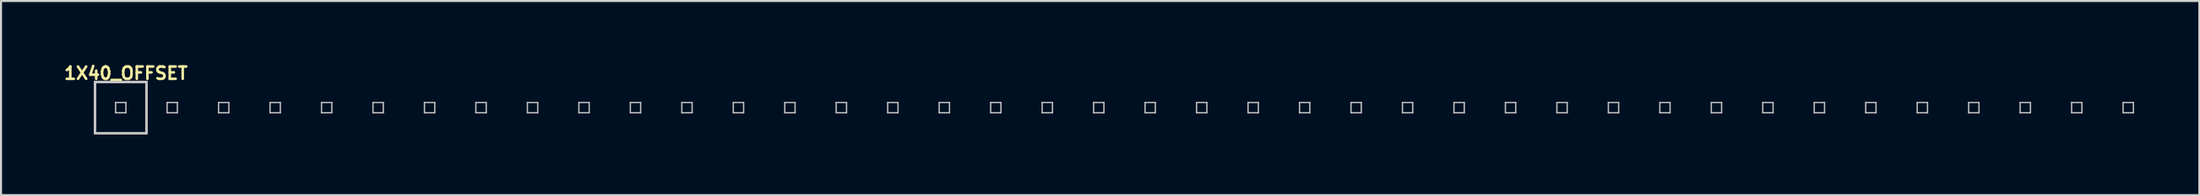
<source format=kicad_pcb>
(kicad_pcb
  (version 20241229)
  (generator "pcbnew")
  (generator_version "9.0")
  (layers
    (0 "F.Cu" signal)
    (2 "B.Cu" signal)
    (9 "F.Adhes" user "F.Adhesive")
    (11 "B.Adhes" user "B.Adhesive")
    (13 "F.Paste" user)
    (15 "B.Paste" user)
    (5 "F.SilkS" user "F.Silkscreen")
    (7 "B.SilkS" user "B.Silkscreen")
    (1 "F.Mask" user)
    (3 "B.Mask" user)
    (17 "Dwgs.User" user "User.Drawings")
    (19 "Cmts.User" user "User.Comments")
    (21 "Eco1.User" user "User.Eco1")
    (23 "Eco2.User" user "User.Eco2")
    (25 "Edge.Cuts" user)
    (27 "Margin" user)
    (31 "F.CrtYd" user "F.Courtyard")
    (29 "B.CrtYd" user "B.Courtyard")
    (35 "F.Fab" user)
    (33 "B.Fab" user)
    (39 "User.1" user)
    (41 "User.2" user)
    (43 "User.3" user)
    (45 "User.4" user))
  (footprint "1X40_OFFSET"
    (layer "F.Cu")
    (at 2.909 2.281)
    (property "Reference" "1X40_OFFSET" (at 0.254 -1.702 0) (layer "F.SilkS") (effects (font (size 0.61 0.61) (thickness 0.127))))
    (attr exclude_from_pos_files exclude_from_bom)
    (fp_line (start -1.27 -1.27) (end -1.27 1.27) (stroke (width 0.127) (type solid)) (layer "Dwgs.User"))
    (fp_line (start -1.27 1.27) (end 1.27 1.27) (stroke (width 0.127) (type solid)) (layer "Dwgs.User"))
    (fp_line (start -0.254 -0.254) (end 0.254 -0.254) (stroke (width 0.066) (type solid)) (layer "Dwgs.User"))
    (fp_line (start -0.254 0.254) (end -0.254 -0.254) (stroke (width 0.066) (type solid)) (layer "Dwgs.User"))
    (fp_line (start -0.254 0.254) (end 0.254 0.254) (stroke (width 0.066) (type solid)) (layer "Dwgs.User"))
    (fp_line (start 0.254 0.254) (end 0.254 -0.254) (stroke (width 0.066) (type solid)) (layer "Dwgs.User"))
    (fp_line (start 1.27 -1.27) (end -1.27 -1.27) (stroke (width 0.127) (type solid)) (layer "Dwgs.User"))
    (fp_line (start 1.27 1.27) (end 1.27 -1.27) (stroke (width 0.127) (type solid)) (layer "Dwgs.User"))
    (fp_line (start 2.286 -0.254) (end 2.794 -0.254) (stroke (width 0.066) (type solid)) (layer "Dwgs.User"))
    (fp_line (start 2.286 0.254) (end 2.286 -0.254) (stroke (width 0.066) (type solid)) (layer "Dwgs.User"))
    (fp_line (start 2.286 0.254) (end 2.794 0.254) (stroke (width 0.066) (type solid)) (layer "Dwgs.User"))
    (fp_line (start 2.794 0.254) (end 2.794 -0.254) (stroke (width 0.066) (type solid)) (layer "Dwgs.User"))
    (fp_line (start 4.826 -0.254) (end 5.334 -0.254) (stroke (width 0.066) (type solid)) (layer "Dwgs.User"))
    (fp_line (start 4.826 0.254) (end 4.826 -0.254) (stroke (width 0.066) (type solid)) (layer "Dwgs.User"))
    (fp_line (start 4.826 0.254) (end 5.334 0.254) (stroke (width 0.066) (type solid)) (layer "Dwgs.User"))
    (fp_line (start 5.334 0.254) (end 5.334 -0.254) (stroke (width 0.066) (type solid)) (layer "Dwgs.User"))
    (fp_line (start 7.366 -0.254) (end 7.874 -0.254) (stroke (width 0.066) (type solid)) (layer "Dwgs.User"))
    (fp_line (start 7.366 0.254) (end 7.366 -0.254) (stroke (width 0.066) (type solid)) (layer "Dwgs.User"))
    (fp_line (start 7.366 0.254) (end 7.874 0.254) (stroke (width 0.066) (type solid)) (layer "Dwgs.User"))
    (fp_line (start 7.874 0.254) (end 7.874 -0.254) (stroke (width 0.066) (type solid)) (layer "Dwgs.User"))
    (fp_line (start 9.906 -0.254) (end 10.414 -0.254) (stroke (width 0.066) (type solid)) (layer "Dwgs.User"))
    (fp_line (start 9.906 0.254) (end 9.906 -0.254) (stroke (width 0.066) (type solid)) (layer "Dwgs.User"))
    (fp_line (start 9.906 0.254) (end 10.414 0.254) (stroke (width 0.066) (type solid)) (layer "Dwgs.User"))
    (fp_line (start 10.414 0.254) (end 10.414 -0.254) (stroke (width 0.066) (type solid)) (layer "Dwgs.User"))
    (fp_line (start 12.446 -0.254) (end 12.954 -0.254) (stroke (width 0.066) (type solid)) (layer "Dwgs.User"))
    (fp_line (start 12.446 0.254) (end 12.446 -0.254) (stroke (width 0.066) (type solid)) (layer "Dwgs.User"))
    (fp_line (start 12.446 0.254) (end 12.954 0.254) (stroke (width 0.066) (type solid)) (layer "Dwgs.User"))
    (fp_line (start 12.954 0.254) (end 12.954 -0.254) (stroke (width 0.066) (type solid)) (layer "Dwgs.User"))
    (fp_line (start 14.986 -0.254) (end 15.494 -0.254) (stroke (width 0.066) (type solid)) (layer "Dwgs.User"))
    (fp_line (start 14.986 0.254) (end 14.986 -0.254) (stroke (width 0.066) (type solid)) (layer "Dwgs.User"))
    (fp_line (start 14.986 0.254) (end 15.494 0.254) (stroke (width 0.066) (type solid)) (layer "Dwgs.User"))
    (fp_line (start 15.494 0.254) (end 15.494 -0.254) (stroke (width 0.066) (type solid)) (layer "Dwgs.User"))
    (fp_line (start 17.523 -0.254) (end 18.034 -0.254) (stroke (width 0.066) (type solid)) (layer "Dwgs.User"))
    (fp_line (start 17.523 0.254) (end 17.523 -0.254) (stroke (width 0.066) (type solid)) (layer "Dwgs.User"))
    (fp_line (start 17.523 0.254) (end 18.034 0.254) (stroke (width 0.066) (type solid)) (layer "Dwgs.User"))
    (fp_line (start 18.034 0.254) (end 18.034 -0.254) (stroke (width 0.066) (type solid)) (layer "Dwgs.User"))
    (fp_line (start 20.066 -0.254) (end 20.574 -0.254) (stroke (width 0.066) (type solid)) (layer "Dwgs.User"))
    (fp_line (start 20.066 0.254) (end 20.066 -0.254) (stroke (width 0.066) (type solid)) (layer "Dwgs.User"))
    (fp_line (start 20.066 0.254) (end 20.574 0.254) (stroke (width 0.066) (type solid)) (layer "Dwgs.User"))
    (fp_line (start 20.574 0.254) (end 20.574 -0.254) (stroke (width 0.066) (type solid)) (layer "Dwgs.User"))
    (fp_line (start 22.606 -0.254) (end 23.114 -0.254) (stroke (width 0.066) (type solid)) (layer "Dwgs.User"))
    (fp_line (start 22.606 0.254) (end 22.606 -0.254) (stroke (width 0.066) (type solid)) (layer "Dwgs.User"))
    (fp_line (start 22.606 0.254) (end 23.114 0.254) (stroke (width 0.066) (type solid)) (layer "Dwgs.User"))
    (fp_line (start 23.114 0.254) (end 23.114 -0.254) (stroke (width 0.066) (type solid)) (layer "Dwgs.User"))
    (fp_line (start 25.146 -0.254) (end 25.654 -0.254) (stroke (width 0.066) (type solid)) (layer "Dwgs.User"))
    (fp_line (start 25.146 0.254) (end 25.146 -0.254) (stroke (width 0.066) (type solid)) (layer "Dwgs.User"))
    (fp_line (start 25.146 0.254) (end 25.654 0.254) (stroke (width 0.066) (type solid)) (layer "Dwgs.User"))
    (fp_line (start 25.654 0.254) (end 25.654 -0.254) (stroke (width 0.066) (type solid)) (layer "Dwgs.User"))
    (fp_line (start 27.686 -0.254) (end 28.194 -0.254) (stroke (width 0.066) (type solid)) (layer "Dwgs.User"))
    (fp_line (start 27.686 0.254) (end 27.686 -0.254) (stroke (width 0.066) (type solid)) (layer "Dwgs.User"))
    (fp_line (start 27.686 0.254) (end 28.194 0.254) (stroke (width 0.066) (type solid)) (layer "Dwgs.User"))
    (fp_line (start 28.194 0.254) (end 28.194 -0.254) (stroke (width 0.066) (type solid)) (layer "Dwgs.User"))
    (fp_line (start 30.226 -0.254) (end 30.734 -0.254) (stroke (width 0.066) (type solid)) (layer "Dwgs.User"))
    (fp_line (start 30.226 0.254) (end 30.226 -0.254) (stroke (width 0.066) (type solid)) (layer "Dwgs.User"))
    (fp_line (start 30.226 0.254) (end 30.734 0.254) (stroke (width 0.066) (type solid)) (layer "Dwgs.User"))
    (fp_line (start 30.734 0.254) (end 30.734 -0.254) (stroke (width 0.066) (type solid)) (layer "Dwgs.User"))
    (fp_line (start 32.766 -0.254) (end 33.274 -0.254) (stroke (width 0.066) (type solid)) (layer "Dwgs.User"))
    (fp_line (start 32.766 0.254) (end 32.766 -0.254) (stroke (width 0.066) (type solid)) (layer "Dwgs.User"))
    (fp_line (start 32.766 0.254) (end 33.274 0.254) (stroke (width 0.066) (type solid)) (layer "Dwgs.User"))
    (fp_line (start 33.274 0.254) (end 33.274 -0.254) (stroke (width 0.066) (type solid)) (layer "Dwgs.User"))
    (fp_line (start 35.303 -0.254) (end 35.814 -0.254) (stroke (width 0.066) (type solid)) (layer "Dwgs.User"))
    (fp_line (start 35.303 0.254) (end 35.303 -0.254) (stroke (width 0.066) (type solid)) (layer "Dwgs.User"))
    (fp_line (start 35.303 0.254) (end 35.814 0.254) (stroke (width 0.066) (type solid)) (layer "Dwgs.User"))
    (fp_line (start 35.814 0.254) (end 35.814 -0.254) (stroke (width 0.066) (type solid)) (layer "Dwgs.User"))
    (fp_line (start 37.846 -0.254) (end 38.354 -0.254) (stroke (width 0.066) (type solid)) (layer "Dwgs.User"))
    (fp_line (start 37.846 0.254) (end 37.846 -0.254) (stroke (width 0.066) (type solid)) (layer "Dwgs.User"))
    (fp_line (start 37.846 0.254) (end 38.354 0.254) (stroke (width 0.066) (type solid)) (layer "Dwgs.User"))
    (fp_line (start 38.354 0.254) (end 38.354 -0.254) (stroke (width 0.066) (type solid)) (layer "Dwgs.User"))
    (fp_line (start 40.386 -0.254) (end 40.894 -0.254) (stroke (width 0.066) (type solid)) (layer "Dwgs.User"))
    (fp_line (start 40.386 0.254) (end 40.386 -0.254) (stroke (width 0.066) (type solid)) (layer "Dwgs.User"))
    (fp_line (start 40.386 0.254) (end 40.894 0.254) (stroke (width 0.066) (type solid)) (layer "Dwgs.User"))
    (fp_line (start 40.894 0.254) (end 40.894 -0.254) (stroke (width 0.066) (type solid)) (layer "Dwgs.User"))
    (fp_line (start 42.926 -0.254) (end 43.434 -0.254) (stroke (width 0.066) (type solid)) (layer "Dwgs.User"))
    (fp_line (start 42.926 0.254) (end 42.926 -0.254) (stroke (width 0.066) (type solid)) (layer "Dwgs.User"))
    (fp_line (start 42.926 0.254) (end 43.434 0.254) (stroke (width 0.066) (type solid)) (layer "Dwgs.User"))
    (fp_line (start 43.434 0.254) (end 43.434 -0.254) (stroke (width 0.066) (type solid)) (layer "Dwgs.User"))
    (fp_line (start 45.466 -0.254) (end 45.974 -0.254) (stroke (width 0.066) (type solid)) (layer "Dwgs.User"))
    (fp_line (start 45.466 0.254) (end 45.466 -0.254) (stroke (width 0.066) (type solid)) (layer "Dwgs.User"))
    (fp_line (start 45.466 0.254) (end 45.974 0.254) (stroke (width 0.066) (type solid)) (layer "Dwgs.User"))
    (fp_line (start 45.974 0.254) (end 45.974 -0.254) (stroke (width 0.066) (type solid)) (layer "Dwgs.User"))
    (fp_line (start 48.006 -0.254) (end 48.514 -0.254) (stroke (width 0.066) (type solid)) (layer "Dwgs.User"))
    (fp_line (start 48.006 0.254) (end 48.006 -0.254) (stroke (width 0.066) (type solid)) (layer "Dwgs.User"))
    (fp_line (start 48.006 0.254) (end 48.514 0.254) (stroke (width 0.066) (type solid)) (layer "Dwgs.User"))
    (fp_line (start 48.514 0.254) (end 48.514 -0.254) (stroke (width 0.066) (type solid)) (layer "Dwgs.User"))
    (fp_line (start 50.546 -0.254) (end 51.051 -0.254) (stroke (width 0.066) (type solid)) (layer "Dwgs.User"))
    (fp_line (start 50.546 0.254) (end 50.546 -0.254) (stroke (width 0.066) (type solid)) (layer "Dwgs.User"))
    (fp_line (start 50.546 0.254) (end 51.051 0.254) (stroke (width 0.066) (type solid)) (layer "Dwgs.User"))
    (fp_line (start 51.051 0.254) (end 51.051 -0.254) (stroke (width 0.066) (type solid)) (layer "Dwgs.User"))
    (fp_line (start 53.086 -0.254) (end 53.594 -0.254) (stroke (width 0.066) (type solid)) (layer "Dwgs.User"))
    (fp_line (start 53.086 0.254) (end 53.086 -0.254) (stroke (width 0.066) (type solid)) (layer "Dwgs.User"))
    (fp_line (start 53.086 0.254) (end 53.594 0.254) (stroke (width 0.066) (type solid)) (layer "Dwgs.User"))
    (fp_line (start 53.594 0.254) (end 53.594 -0.254) (stroke (width 0.066) (type solid)) (layer "Dwgs.User"))
    (fp_line (start 55.626 -0.254) (end 56.134 -0.254) (stroke (width 0.066) (type solid)) (layer "Dwgs.User"))
    (fp_line (start 55.626 0.254) (end 55.626 -0.254) (stroke (width 0.066) (type solid)) (layer "Dwgs.User"))
    (fp_line (start 55.626 0.254) (end 56.134 0.254) (stroke (width 0.066) (type solid)) (layer "Dwgs.User"))
    (fp_line (start 56.134 0.254) (end 56.134 -0.254) (stroke (width 0.066) (type solid)) (layer "Dwgs.User"))
    (fp_line (start 58.166 -0.254) (end 58.674 -0.254) (stroke (width 0.066) (type solid)) (layer "Dwgs.User"))
    (fp_line (start 58.166 0.254) (end 58.166 -0.254) (stroke (width 0.066) (type solid)) (layer "Dwgs.User"))
    (fp_line (start 58.166 0.254) (end 58.674 0.254) (stroke (width 0.066) (type solid)) (layer "Dwgs.User"))
    (fp_line (start 58.674 0.254) (end 58.674 -0.254) (stroke (width 0.066) (type solid)) (layer "Dwgs.User"))
    (fp_line (start 60.706 -0.254) (end 61.214 -0.254) (stroke (width 0.066) (type solid)) (layer "Dwgs.User"))
    (fp_line (start 60.706 0.254) (end 60.706 -0.254) (stroke (width 0.066) (type solid)) (layer "Dwgs.User"))
    (fp_line (start 60.706 0.254) (end 61.214 0.254) (stroke (width 0.066) (type solid)) (layer "Dwgs.User"))
    (fp_line (start 61.214 0.254) (end 61.214 -0.254) (stroke (width 0.066) (type solid)) (layer "Dwgs.User"))
    (fp_line (start 63.246 -0.254) (end 63.751 -0.254) (stroke (width 0.066) (type solid)) (layer "Dwgs.User"))
    (fp_line (start 63.246 0.254) (end 63.246 -0.254) (stroke (width 0.066) (type solid)) (layer "Dwgs.User"))
    (fp_line (start 63.246 0.254) (end 63.751 0.254) (stroke (width 0.066) (type solid)) (layer "Dwgs.User"))
    (fp_line (start 63.751 0.254) (end 63.751 -0.254) (stroke (width 0.066) (type solid)) (layer "Dwgs.User"))
    (fp_line (start 65.786 -0.254) (end 66.294 -0.254) (stroke (width 0.066) (type solid)) (layer "Dwgs.User"))
    (fp_line (start 65.786 0.254) (end 65.786 -0.254) (stroke (width 0.066) (type solid)) (layer "Dwgs.User"))
    (fp_line (start 65.786 0.254) (end 66.294 0.254) (stroke (width 0.066) (type solid)) (layer "Dwgs.User"))
    (fp_line (start 66.294 0.254) (end 66.294 -0.254) (stroke (width 0.066) (type solid)) (layer "Dwgs.User"))
    (fp_line (start 68.326 -0.254) (end 68.834 -0.254) (stroke (width 0.066) (type solid)) (layer "Dwgs.User"))
    (fp_line (start 68.326 0.254) (end 68.326 -0.254) (stroke (width 0.066) (type solid)) (layer "Dwgs.User"))
    (fp_line (start 68.326 0.254) (end 68.834 0.254) (stroke (width 0.066) (type solid)) (layer "Dwgs.User"))
    (fp_line (start 68.834 0.254) (end 68.834 -0.254) (stroke (width 0.066) (type solid)) (layer "Dwgs.User"))
    (fp_line (start 70.866 -0.254) (end 71.374 -0.254) (stroke (width 0.066) (type solid)) (layer "Dwgs.User"))
    (fp_line (start 70.866 0.254) (end 70.866 -0.254) (stroke (width 0.066) (type solid)) (layer "Dwgs.User"))
    (fp_line (start 70.866 0.254) (end 71.374 0.254) (stroke (width 0.066) (type solid)) (layer "Dwgs.User"))
    (fp_line (start 71.374 0.254) (end 71.374 -0.254) (stroke (width 0.066) (type solid)) (layer "Dwgs.User"))
    (fp_line (start 73.406 -0.254) (end 73.914 -0.254) (stroke (width 0.066) (type solid)) (layer "Dwgs.User"))
    (fp_line (start 73.406 0.254) (end 73.406 -0.254) (stroke (width 0.066) (type solid)) (layer "Dwgs.User"))
    (fp_line (start 73.406 0.254) (end 73.914 0.254) (stroke (width 0.066) (type solid)) (layer "Dwgs.User"))
    (fp_line (start 73.914 0.254) (end 73.914 -0.254) (stroke (width 0.066) (type solid)) (layer "Dwgs.User"))
    (fp_line (start 75.946 -0.254) (end 76.451 -0.254) (stroke (width 0.066) (type solid)) (layer "Dwgs.User"))
    (fp_line (start 75.946 0.254) (end 75.946 -0.254) (stroke (width 0.066) (type solid)) (layer "Dwgs.User"))
    (fp_line (start 75.946 0.254) (end 76.451 0.254) (stroke (width 0.066) (type solid)) (layer "Dwgs.User"))
    (fp_line (start 76.451 0.254) (end 76.451 -0.254) (stroke (width 0.066) (type solid)) (layer "Dwgs.User"))
    (fp_line (start 78.486 -0.254) (end 78.994 -0.254) (stroke (width 0.066) (type solid)) (layer "Dwgs.User"))
    (fp_line (start 78.486 0.254) (end 78.486 -0.254) (stroke (width 0.066) (type solid)) (layer "Dwgs.User"))
    (fp_line (start 78.486 0.254) (end 78.994 0.254) (stroke (width 0.066) (type solid)) (layer "Dwgs.User"))
    (fp_line (start 78.994 0.254) (end 78.994 -0.254) (stroke (width 0.066) (type solid)) (layer "Dwgs.User"))
    (fp_line (start 81.026 -0.254) (end 81.534 -0.254) (stroke (width 0.066) (type solid)) (layer "Dwgs.User"))
    (fp_line (start 81.026 0.254) (end 81.026 -0.254) (stroke (width 0.066) (type solid)) (layer "Dwgs.User"))
    (fp_line (start 81.026 0.254) (end 81.534 0.254) (stroke (width 0.066) (type solid)) (layer "Dwgs.User"))
    (fp_line (start 81.534 0.254) (end 81.534 -0.254) (stroke (width 0.066) (type solid)) (layer "Dwgs.User"))
    (fp_line (start 83.566 -0.254) (end 84.074 -0.254) (stroke (width 0.066) (type solid)) (layer "Dwgs.User"))
    (fp_line (start 83.566 0.254) (end 83.566 -0.254) (stroke (width 0.066) (type solid)) (layer "Dwgs.User"))
    (fp_line (start 83.566 0.254) (end 84.074 0.254) (stroke (width 0.066) (type solid)) (layer "Dwgs.User"))
    (fp_line (start 84.074 0.254) (end 84.074 -0.254) (stroke (width 0.066) (type solid)) (layer "Dwgs.User"))
    (fp_line (start 86.106 -0.254) (end 86.614 -0.254) (stroke (width 0.066) (type solid)) (layer "Dwgs.User"))
    (fp_line (start 86.106 0.254) (end 86.106 -0.254) (stroke (width 0.066) (type solid)) (layer "Dwgs.User"))
    (fp_line (start 86.106 0.254) (end 86.614 0.254) (stroke (width 0.066) (type solid)) (layer "Dwgs.User"))
    (fp_line (start 86.614 0.254) (end 86.614 -0.254) (stroke (width 0.066) (type solid)) (layer "Dwgs.User"))
    (fp_line (start 88.646 -0.254) (end 89.154 -0.254) (stroke (width 0.066) (type solid)) (layer "Dwgs.User"))
    (fp_line (start 88.646 0.254) (end 88.646 -0.254) (stroke (width 0.066) (type solid)) (layer "Dwgs.User"))
    (fp_line (start 88.646 0.254) (end 89.154 0.254) (stroke (width 0.066) (type solid)) (layer "Dwgs.User"))
    (fp_line (start 89.154 0.254) (end 89.154 -0.254) (stroke (width 0.066) (type solid)) (layer "Dwgs.User"))
    (fp_line (start 91.186 -0.254) (end 91.694 -0.254) (stroke (width 0.066) (type solid)) (layer "Dwgs.User"))
    (fp_line (start 91.186 0.254) (end 91.186 -0.254) (stroke (width 0.066) (type solid)) (layer "Dwgs.User"))
    (fp_line (start 91.186 0.254) (end 91.694 0.254) (stroke (width 0.066) (type solid)) (layer "Dwgs.User"))
    (fp_line (start 91.694 0.254) (end 91.694 -0.254) (stroke (width 0.066) (type solid)) (layer "Dwgs.User"))
    (fp_line (start 93.726 -0.254) (end 94.234 -0.254) (stroke (width 0.066) (type solid)) (layer "Dwgs.User"))
    (fp_line (start 93.726 0.254) (end 93.726 -0.254) (stroke (width 0.066) (type solid)) (layer "Dwgs.User"))
    (fp_line (start 93.726 0.254) (end 94.234 0.254) (stroke (width 0.066) (type solid)) (layer "Dwgs.User"))
    (fp_line (start 94.234 0.254) (end 94.234 -0.254) (stroke (width 0.066) (type solid)) (layer "Dwgs.User"))
    (fp_line (start 96.266 -0.254) (end 96.774 -0.254) (stroke (width 0.066) (type solid)) (layer "Dwgs.User"))
    (fp_line (start 96.266 0.254) (end 96.266 -0.254) (stroke (width 0.066) (type solid)) (layer "Dwgs.User"))
    (fp_line (start 96.266 0.254) (end 96.774 0.254) (stroke (width 0.066) (type solid)) (layer "Dwgs.User"))
    (fp_line (start 96.774 0.254) (end 96.774 -0.254) (stroke (width 0.066) (type solid)) (layer "Dwgs.User"))
    (fp_line (start 98.806 -0.254) (end 99.314 -0.254) (stroke (width 0.066) (type solid)) (layer "Dwgs.User"))
    (fp_line (start 98.806 0.254) (end 98.806 -0.254) (stroke (width 0.066) (type solid)) (layer "Dwgs.User"))
    (fp_line (start 98.806 0.254) (end 99.314 0.254) (stroke (width 0.066) (type solid)) (layer "Dwgs.User"))
    (fp_line (start 99.314 0.254) (end 99.314 -0.254) (stroke (width 0.066) (type solid)) (layer "Dwgs.User"))
    (pad "1" thru_hole rect (at 0 0) (size 0.001 0.001) (drill 1.016) (layers "*.Cu" "*.Paste" "*.Mask"))
    (pad "2" thru_hole rect (at 2.54 0) (size 0.001 0.001) (drill 1.016) (layers "*.Cu" "*.Paste" "*.Mask"))
    (pad "3" thru_hole rect (at 5.08 0) (size 0.001 0.001) (drill 1.016) (layers "*.Cu" "*.Paste" "*.Mask"))
    (pad "4" thru_hole rect (at 7.62 0) (size 0.001 0.001) (drill 1.016) (layers "*.Cu" "*.Paste" "*.Mask"))
    (pad "5" thru_hole rect (at 10.16 0) (size 0.001 0.001) (drill 1.016) (layers "*.Cu" "*.Paste" "*.Mask"))
    (pad "6" thru_hole rect (at 12.7 0) (size 0.001 0.001) (drill 1.016) (layers "*.Cu" "*.Paste" "*.Mask"))
    (pad "7" thru_hole rect (at 15.24 0) (size 0.001 0.001) (drill 1.016) (layers "*.Cu" "*.Paste" "*.Mask"))
    (pad "8" thru_hole rect (at 17.78 0) (size 0.001 0.001) (drill 1.016) (layers "*.Cu" "*.Paste" "*.Mask"))
    (pad "9" thru_hole rect (at 20.32 0) (size 0.001 0.001) (drill 1.016) (layers "*.Cu" "*.Paste" "*.Mask"))
    (pad "10" thru_hole rect (at 22.86 0) (size 0.001 0.001) (drill 1.016) (layers "*.Cu" "*.Paste" "*.Mask"))
    (pad "11" thru_hole rect (at 25.4 0) (size 0.001 0.001) (drill 1.016) (layers "*.Cu" "*.Paste" "*.Mask"))
    (pad "12" thru_hole rect (at 27.94 0) (size 0.001 0.001) (drill 1.016) (layers "*.Cu" "*.Paste" "*.Mask"))
    (pad "13" thru_hole rect (at 30.48 0) (size 0.001 0.001) (drill 1.016) (layers "*.Cu" "*.Paste" "*.Mask"))
    (pad "14" thru_hole rect (at 33.02 0) (size 0.001 0.001) (drill 1.016) (layers "*.Cu" "*.Paste" "*.Mask"))
    (pad "15" thru_hole rect (at 35.56 0) (size 0.001 0.001) (drill 1.016) (layers "*.Cu" "*.Paste" "*.Mask"))
    (pad "16" thru_hole rect (at 38.1 0) (size 0.001 0.001) (drill 1.016) (layers "*.Cu" "*.Paste" "*.Mask"))
    (pad "17" thru_hole rect (at 40.64 0) (size 0.001 0.001) (drill 1.016) (layers "*.Cu" "*.Paste" "*.Mask"))
    (pad "18" thru_hole rect (at 43.18 0) (size 0.001 0.001) (drill 1.016) (layers "*.Cu" "*.Paste" "*.Mask"))
    (pad "19" thru_hole rect (at 45.72 0) (size 0.001 0.001) (drill 1.016) (layers "*.Cu" "*.Paste" "*.Mask"))
    (pad "20" thru_hole rect (at 48.26 0) (size 0.001 0.001) (drill 1.016) (layers "*.Cu" "*.Paste" "*.Mask"))
    (pad "21" thru_hole rect (at 50.8 0) (size 0.001 0.001) (drill 1.016) (layers "*.Cu" "*.Paste" "*.Mask"))
    (pad "22" thru_hole rect (at 53.34 0) (size 0.001 0.001) (drill 1.016) (layers "*.Cu" "*.Paste" "*.Mask"))
    (pad "23" thru_hole rect (at 55.88 0) (size 0.001 0.001) (drill 1.016) (layers "*.Cu" "*.Paste" "*.Mask"))
    (pad "24" thru_hole rect (at 58.42 0) (size 0.001 0.001) (drill 1.016) (layers "*.Cu" "*.Paste" "*.Mask"))
    (pad "25" thru_hole rect (at 60.96 0) (size 0.001 0.001) (drill 1.016) (layers "*.Cu" "*.Paste" "*.Mask"))
    (pad "26" thru_hole rect (at 63.5 0) (size 0.001 0.001) (drill 1.016) (layers "*.Cu" "*.Paste" "*.Mask"))
    (pad "27" thru_hole rect (at 66.04 0) (size 0.001 0.001) (drill 1.016) (layers "*.Cu" "*.Paste" "*.Mask"))
    (pad "28" thru_hole rect (at 68.58 0) (size 0.001 0.001) (drill 1.016) (layers "*.Cu" "*.Paste" "*.Mask"))
    (pad "29" thru_hole rect (at 71.12 0) (size 0.001 0.001) (drill 1.016) (layers "*.Cu" "*.Paste" "*.Mask"))
    (pad "30" thru_hole rect (at 73.66 0) (size 0.001 0.001) (drill 1.016) (layers "*.Cu" "*.Paste" "*.Mask"))
    (pad "31" thru_hole rect (at 76.2 0) (size 0.001 0.001) (drill 1.016) (layers "*.Cu" "*.Paste" "*.Mask"))
    (pad "32" thru_hole rect (at 78.74 0) (size 0.001 0.001) (drill 1.016) (layers "*.Cu" "*.Paste" "*.Mask"))
    (pad "33" thru_hole rect (at 81.28 0) (size 0.001 0.001) (drill 1.016) (layers "*.Cu" "*.Paste" "*.Mask"))
    (pad "34" thru_hole rect (at 83.82 0) (size 0.001 0.001) (drill 1.016) (layers "*.Cu" "*.Paste" "*.Mask"))
    (pad "35" thru_hole rect (at 86.36 0) (size 0.001 0.001) (drill 1.016) (layers "*.Cu" "*.Paste" "*.Mask"))
    (pad "36" thru_hole rect (at 88.9 0) (size 0.001 0.001) (drill 1.016) (layers "*.Cu" "*.Paste" "*.Mask"))
    (pad "37" thru_hole rect (at 91.44 0) (size 0.001 0.001) (drill 1.016) (layers "*.Cu" "*.Paste" "*.Mask"))
    (pad "38" thru_hole rect (at 93.98 0) (size 0.001 0.001) (drill 1.016) (layers "*.Cu" "*.Paste" "*.Mask"))
    (pad "39" thru_hole rect (at 96.52 0) (size 0.001 0.001) (drill 1.016) (layers "*.Cu" "*.Paste" "*.Mask"))
    (pad "40" thru_hole rect (at 99.06 0) (size 0.001 0.001) (drill 1.016) (layers "*.Cu" "*.Paste" "*.Mask")))
  (gr_rect
    (start -3 -3)
    (end 105.477 6.615)
    (stroke (width 0.1) (type default))
    (fill no)
    (layer "Edge.Cuts")))
</source>
